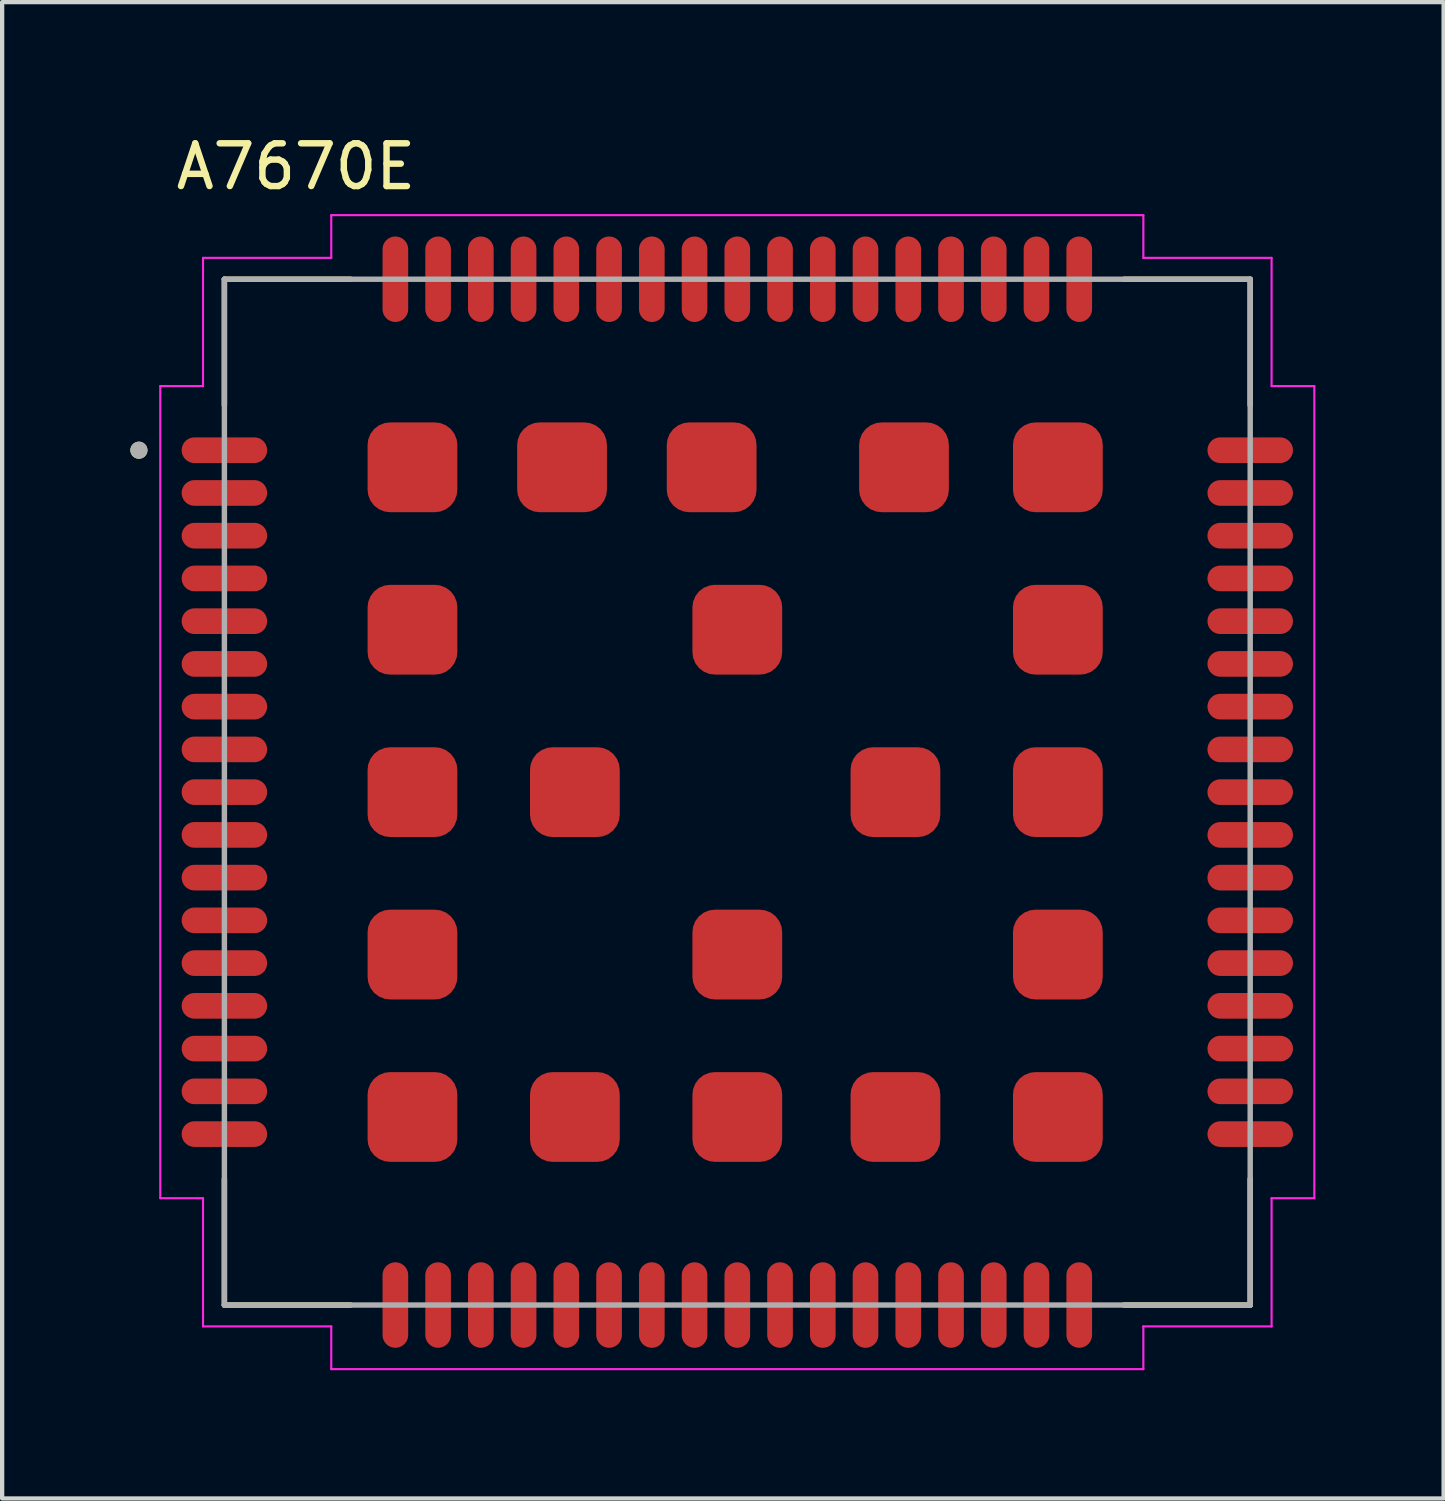
<source format=kicad_pcb>
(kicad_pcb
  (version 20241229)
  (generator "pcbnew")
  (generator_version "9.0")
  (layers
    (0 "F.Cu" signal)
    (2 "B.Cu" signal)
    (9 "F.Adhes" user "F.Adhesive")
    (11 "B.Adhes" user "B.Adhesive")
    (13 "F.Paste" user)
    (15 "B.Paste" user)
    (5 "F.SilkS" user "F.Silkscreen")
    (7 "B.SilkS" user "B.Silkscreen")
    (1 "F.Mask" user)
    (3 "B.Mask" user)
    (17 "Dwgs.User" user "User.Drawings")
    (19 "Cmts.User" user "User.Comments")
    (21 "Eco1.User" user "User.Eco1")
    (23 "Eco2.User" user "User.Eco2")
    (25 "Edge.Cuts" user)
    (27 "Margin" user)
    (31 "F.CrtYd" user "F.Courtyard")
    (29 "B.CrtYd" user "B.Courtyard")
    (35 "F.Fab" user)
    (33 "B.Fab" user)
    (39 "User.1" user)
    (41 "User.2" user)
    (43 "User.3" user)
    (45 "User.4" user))
  (footprint "A7670E"
    (layer "F.Cu")
    (at 14.2 15.483)
    (property "Reference" "A7670E" (at -10.325 -14.635 0) (layer "F.SilkS") (effects (font (size 1 1) (thickness 0.15))))
    (attr smd)
    (fp_line (start -12 -12) (end -9.05 -12) (stroke (width 0.127) (type solid)) (layer "F.SilkS"))
    (fp_line (start -12 -9.05) (end -12 -12) (stroke (width 0.127) (type solid)) (layer "F.SilkS"))
    (fp_line (start -12 9.05) (end -12 12) (stroke (width 0.127) (type solid)) (layer "F.SilkS"))
    (fp_line (start -12 12) (end -9.05 12) (stroke (width 0.127) (type solid)) (layer "F.SilkS"))
    (fp_line (start 9.05 -12) (end 12 -12) (stroke (width 0.127) (type solid)) (layer "F.SilkS"))
    (fp_line (start 12 -12) (end 12 -9.05) (stroke (width 0.127) (type solid)) (layer "F.SilkS"))
    (fp_line (start 12 9.05) (end 12 12) (stroke (width 0.127) (type solid)) (layer "F.SilkS"))
    (fp_line (start 12 12) (end 9.05 12) (stroke (width 0.127) (type solid)) (layer "F.SilkS"))
    (fp_circle (center -14 -8) (end -13.9 -8) (stroke (width 0.2) (type solid)) (fill no) (layer "F.SilkS"))
    (fp_line (start -13.5 -9.5) (end -12.5 -9.5) (stroke (width 0.05) (type solid)) (layer "F.CrtYd"))
    (fp_line (start -13.5 9.5) (end -13.5 -9.5) (stroke (width 0.05) (type solid)) (layer "F.CrtYd"))
    (fp_line (start -12.5 -12.5) (end -9.5 -12.5) (stroke (width 0.05) (type solid)) (layer "F.CrtYd"))
    (fp_line (start -12.5 -9.5) (end -12.5 -12.5) (stroke (width 0.05) (type solid)) (layer "F.CrtYd"))
    (fp_line (start -12.5 9.5) (end -13.5 9.5) (stroke (width 0.05) (type solid)) (layer "F.CrtYd"))
    (fp_line (start -12.5 12.5) (end -12.5 9.5) (stroke (width 0.05) (type solid)) (layer "F.CrtYd"))
    (fp_line (start -9.5 -13.5) (end 9.5 -13.5) (stroke (width 0.05) (type solid)) (layer "F.CrtYd"))
    (fp_line (start -9.5 -12.5) (end -9.5 -13.5) (stroke (width 0.05) (type solid)) (layer "F.CrtYd"))
    (fp_line (start -9.5 12.5) (end -12.5 12.5) (stroke (width 0.05) (type solid)) (layer "F.CrtYd"))
    (fp_line (start -9.5 13.5) (end -9.5 12.5) (stroke (width 0.05) (type solid)) (layer "F.CrtYd"))
    (fp_line (start 9.5 -13.5) (end 9.5 -12.5) (stroke (width 0.05) (type solid)) (layer "F.CrtYd"))
    (fp_line (start 9.5 -12.5) (end 12.5 -12.5) (stroke (width 0.05) (type solid)) (layer "F.CrtYd"))
    (fp_line (start 9.5 12.5) (end 9.5 13.5) (stroke (width 0.05) (type solid)) (layer "F.CrtYd"))
    (fp_line (start 9.5 13.5) (end -9.5 13.5) (stroke (width 0.05) (type solid)) (layer "F.CrtYd"))
    (fp_line (start 12.5 -12.5) (end 12.5 -9.5) (stroke (width 0.05) (type solid)) (layer "F.CrtYd"))
    (fp_line (start 12.5 -9.5) (end 13.5 -9.5) (stroke (width 0.05) (type solid)) (layer "F.CrtYd"))
    (fp_line (start 12.5 9.5) (end 12.5 12.5) (stroke (width 0.05) (type solid)) (layer "F.CrtYd"))
    (fp_line (start 12.5 12.5) (end 9.5 12.5) (stroke (width 0.05) (type solid)) (layer "F.CrtYd"))
    (fp_line (start 13.5 -9.5) (end 13.5 9.5) (stroke (width 0.05) (type solid)) (layer "F.CrtYd"))
    (fp_line (start 13.5 9.5) (end 12.5 9.5) (stroke (width 0.05) (type solid)) (layer "F.CrtYd"))
    (fp_line (start -12 -12) (end 12 -12) (stroke (width 0.127) (type solid)) (layer "F.Fab"))
    (fp_line (start -12 12) (end -12 -12) (stroke (width 0.127) (type solid)) (layer "F.Fab"))
    (fp_line (start 12 -12) (end 12 12) (stroke (width 0.127) (type solid)) (layer "F.Fab"))
    (fp_line (start 12 12) (end -12 12) (stroke (width 0.127) (type solid)) (layer "F.Fab"))
    (fp_circle (center -14 -8) (end -13.9 -8) (stroke (width 0.2) (type solid)) (fill no) (layer "F.Fab"))
    (pad "1" smd oval (at -12 -8) (size 2 0.6) (layers "F.Cu" "F.Mask" "F.Paste"))
    (pad "2" smd oval (at -12 -7) (size 2 0.6) (layers "F.Cu" "F.Mask" "F.Paste"))
    (pad "3" smd oval (at -12 -6) (size 2 0.6) (layers "F.Cu" "F.Mask" "F.Paste"))
    (pad "4" smd oval (at -12 -5) (size 2 0.6) (layers "F.Cu" "F.Mask" "F.Paste"))
    (pad "5" smd oval (at -12 -4) (size 2 0.6) (layers "F.Cu" "F.Mask" "F.Paste"))
    (pad "6" smd oval (at -12 -3) (size 2 0.6) (layers "F.Cu" "F.Mask" "F.Paste"))
    (pad "7" smd oval (at -12 -2) (size 2 0.6) (layers "F.Cu" "F.Mask" "F.Paste"))
    (pad "8" smd oval (at -12 -1) (size 2 0.6) (layers "F.Cu" "F.Mask" "F.Paste"))
    (pad "9" smd oval (at -12 0) (size 2 0.6) (layers "F.Cu" "F.Mask" "F.Paste"))
    (pad "10" smd oval (at -12 1) (size 2 0.6) (layers "F.Cu" "F.Mask" "F.Paste"))
    (pad "11" smd oval (at -12 2) (size 2 0.6) (layers "F.Cu" "F.Mask" "F.Paste"))
    (pad "12" smd oval (at -12 3) (size 2 0.6) (layers "F.Cu" "F.Mask" "F.Paste"))
    (pad "13" smd oval (at -12 4) (size 2 0.6) (layers "F.Cu" "F.Mask" "F.Paste"))
    (pad "14" smd oval (at -12 5) (size 2 0.6) (layers "F.Cu" "F.Mask" "F.Paste"))
    (pad "15" smd oval (at -12 6) (size 2 0.6) (layers "F.Cu" "F.Mask" "F.Paste"))
    (pad "16" smd oval (at -12 7) (size 2 0.6) (layers "F.Cu" "F.Mask" "F.Paste"))
    (pad "17" smd oval (at -12 8) (size 2 0.6) (layers "F.Cu" "F.Mask" "F.Paste"))
    (pad "18" smd oval (at -8 12) (size 0.6 2) (layers "F.Cu" "F.Mask" "F.Paste"))
    (pad "19" smd oval (at -7 12) (size 0.6 2) (layers "F.Cu" "F.Mask" "F.Paste"))
    (pad "20" smd oval (at -6 12) (size 0.6 2) (layers "F.Cu" "F.Mask" "F.Paste"))
    (pad "21" smd oval (at -5 12) (size 0.6 2) (layers "F.Cu" "F.Mask" "F.Paste"))
    (pad "22" smd oval (at -4 12) (size 0.6 2) (layers "F.Cu" "F.Mask" "F.Paste"))
    (pad "23" smd oval (at -3 12) (size 0.6 2) (layers "F.Cu" "F.Mask" "F.Paste"))
    (pad "24" smd oval (at -2 12) (size 0.6 2) (layers "F.Cu" "F.Mask" "F.Paste"))
    (pad "25" smd oval (at -1 12) (size 0.6 2) (layers "F.Cu" "F.Mask" "F.Paste"))
    (pad "26" smd oval (at 0 12) (size 0.6 2) (layers "F.Cu" "F.Mask" "F.Paste"))
    (pad "27" smd oval (at 1 12) (size 0.6 2) (layers "F.Cu" "F.Mask" "F.Paste"))
    (pad "28" smd oval (at 2 12) (size 0.6 2) (layers "F.Cu" "F.Mask" "F.Paste"))
    (pad "29" smd oval (at 3 12) (size 0.6 2) (layers "F.Cu" "F.Mask" "F.Paste"))
    (pad "30" smd oval (at 4 12) (size 0.6 2) (layers "F.Cu" "F.Mask" "F.Paste"))
    (pad "31" smd oval (at 5 12) (size 0.6 2) (layers "F.Cu" "F.Mask" "F.Paste"))
    (pad "32" smd oval (at 6 12) (size 0.6 2) (layers "F.Cu" "F.Mask" "F.Paste"))
    (pad "33" smd oval (at 7 12) (size 0.6 2) (layers "F.Cu" "F.Mask" "F.Paste"))
    (pad "34" smd oval (at 8 12) (size 0.6 2) (layers "F.Cu" "F.Mask" "F.Paste"))
    (pad "35" smd oval (at 12 8) (size 2 0.6) (layers "F.Cu" "F.Mask" "F.Paste"))
    (pad "36" smd oval (at 12 7) (size 2 0.6) (layers "F.Cu" "F.Mask" "F.Paste"))
    (pad "37" smd oval (at 12 6) (size 2 0.6) (layers "F.Cu" "F.Mask" "F.Paste"))
    (pad "38" smd oval (at 12 5) (size 2 0.6) (layers "F.Cu" "F.Mask" "F.Paste"))
    (pad "39" smd oval (at 12 4) (size 2 0.6) (layers "F.Cu" "F.Mask" "F.Paste"))
    (pad "40" smd oval (at 12 3) (size 2 0.6) (layers "F.Cu" "F.Mask" "F.Paste"))
    (pad "41" smd oval (at 12 2) (size 2 0.6) (layers "F.Cu" "F.Mask" "F.Paste"))
    (pad "42" smd oval (at 12 1) (size 2 0.6) (layers "F.Cu" "F.Mask" "F.Paste"))
    (pad "43" smd oval (at 12 0) (size 2 0.6) (layers "F.Cu" "F.Mask" "F.Paste"))
    (pad "44" smd oval (at 12 -1) (size 2 0.6) (layers "F.Cu" "F.Mask" "F.Paste"))
    (pad "45" smd oval (at 12 -2) (size 2 0.6) (layers "F.Cu" "F.Mask" "F.Paste"))
    (pad "46" smd oval (at 12 -3) (size 2 0.6) (layers "F.Cu" "F.Mask" "F.Paste"))
    (pad "47" smd oval (at 12 -4) (size 2 0.6) (layers "F.Cu" "F.Mask" "F.Paste"))
    (pad "48" smd oval (at 12 -5) (size 2 0.6) (layers "F.Cu" "F.Mask" "F.Paste"))
    (pad "49" smd oval (at 12 -6) (size 2 0.6) (layers "F.Cu" "F.Mask" "F.Paste"))
    (pad "50" smd oval (at 12 -7) (size 2 0.6) (layers "F.Cu" "F.Mask" "F.Paste"))
    (pad "51" smd oval (at 12 -8) (size 2 0.6) (layers "F.Cu" "F.Mask" "F.Paste"))
    (pad "52" smd oval (at 8 -12) (size 0.6 2) (layers "F.Cu" "F.Mask" "F.Paste"))
    (pad "53" smd oval (at 7 -12) (size 0.6 2) (layers "F.Cu" "F.Mask" "F.Paste"))
    (pad "54" smd oval (at 6 -12) (size 0.6 2) (layers "F.Cu" "F.Mask" "F.Paste"))
    (pad "55" smd oval (at 5 -12) (size 0.6 2) (layers "F.Cu" "F.Mask" "F.Paste"))
    (pad "56" smd oval (at 4 -12) (size 0.6 2) (layers "F.Cu" "F.Mask" "F.Paste"))
    (pad "57" smd oval (at 3 -12) (size 0.6 2) (layers "F.Cu" "F.Mask" "F.Paste"))
    (pad "58" smd oval (at 2 -12) (size 0.6 2) (layers "F.Cu" "F.Mask" "F.Paste"))
    (pad "59" smd oval (at 1 -12) (size 0.6 2) (layers "F.Cu" "F.Mask" "F.Paste"))
    (pad "60" smd oval (at 0 -12) (size 0.6 2) (layers "F.Cu" "F.Mask" "F.Paste"))
    (pad "61" smd oval (at -1 -12) (size 0.6 2) (layers "F.Cu" "F.Mask" "F.Paste"))
    (pad "62" smd oval (at -2 -12) (size 0.6 2) (layers "F.Cu" "F.Mask" "F.Paste"))
    (pad "63" smd oval (at -3 -12) (size 0.6 2) (layers "F.Cu" "F.Mask" "F.Paste"))
    (pad "64" smd oval (at -4 -12) (size 0.6 2) (layers "F.Cu" "F.Mask" "F.Paste"))
    (pad "65" smd oval (at -5 -12) (size 0.6 2) (layers "F.Cu" "F.Mask" "F.Paste"))
    (pad "66" smd oval (at -6 -12) (size 0.6 2) (layers "F.Cu" "F.Mask" "F.Paste"))
    (pad "67" smd oval (at -7 -12) (size 0.6 2) (layers "F.Cu" "F.Mask" "F.Paste"))
    (pad "68" smd oval (at -8 -12) (size 0.6 2) (layers "F.Cu" "F.Mask" "F.Paste"))
    (pad "69" smd roundrect (at -7.6 -7.6) (size 2.1 2.1) (layers "F.Cu" "F.Mask" "F.Paste") (roundrect_rratio 0.25))
    (pad "70" smd roundrect (at -7.6 -3.8) (size 2.1 2.1) (layers "F.Cu" "F.Mask" "F.Paste") (roundrect_rratio 0.25))
    (pad "71" smd roundrect (at -7.6 0) (size 2.1 2.1) (layers "F.Cu" "F.Mask" "F.Paste") (roundrect_rratio 0.25))
    (pad "72" smd roundrect (at -7.6 3.8) (size 2.1 2.1) (layers "F.Cu" "F.Mask" "F.Paste" "Eco1.User") (roundrect_rratio 0.25))
    (pad "73" smd roundrect (at -7.6 7.6) (size 2.1 2.1) (layers "F.Cu" "F.Mask" "F.Paste") (roundrect_rratio 0.25))
    (pad "74" smd roundrect (at -3.8 7.6) (size 2.1 2.1) (layers "F.Cu" "F.Mask" "F.Paste") (roundrect_rratio 0.25))
    (pad "75" smd roundrect (at 0 7.6) (size 2.1 2.1) (layers "F.Cu" "F.Mask" "F.Paste") (roundrect_rratio 0.25))
    (pad "76" smd roundrect (at 3.7 7.6) (size 2.1 2.1) (layers "F.Cu" "F.Mask" "F.Paste") (roundrect_rratio 0.25))
    (pad "77" smd roundrect (at 7.5 7.6) (size 2.1 2.1) (layers "F.Cu" "F.Mask" "F.Paste") (roundrect_rratio 0.25))
    (pad "78" smd roundrect (at 7.5 3.8) (size 2.1 2.1) (layers "F.Cu" "F.Mask" "F.Paste") (roundrect_rratio 0.25))
    (pad "79" smd roundrect (at 7.5 0) (size 2.1 2.1) (layers "F.Cu" "F.Mask" "F.Paste") (roundrect_rratio 0.25))
    (pad "80" smd roundrect (at 7.5 -3.8) (size 2.1 2.1) (layers "F.Cu" "F.Mask" "F.Paste") (roundrect_rratio 0.25))
    (pad "81" smd roundrect (at 7.5 -7.6) (size 2.1 2.1) (layers "F.Cu" "F.Mask" "F.Paste") (roundrect_rratio 0.25))
    (pad "82" smd roundrect (at 3.9 -7.6) (size 2.1 2.1) (layers "F.Cu" "F.Mask" "F.Paste") (roundrect_rratio 0.25))
    (pad "83" smd roundrect (at -0.6 -7.6) (size 2.1 2.1) (layers "F.Cu" "F.Mask" "F.Paste") (roundrect_rratio 0.25))
    (pad "84" smd roundrect (at -4.1 -7.6) (size 2.1 2.1) (layers "F.Cu" "F.Mask" "F.Paste") (roundrect_rratio 0.25))
    (pad "85" smd roundrect (at -3.8 0) (size 2.1 2.1) (layers "F.Cu" "F.Mask" "F.Paste") (roundrect_rratio 0.25))
    (pad "86" smd roundrect (at 0 3.8) (size 2.1 2.1) (layers "F.Cu" "F.Mask" "F.Paste") (roundrect_rratio 0.25))
    (pad "87" smd roundrect (at 3.7 0) (size 2.1 2.1) (layers "F.Cu" "F.Mask" "F.Paste") (roundrect_rratio 0.25))
    (pad "88" smd roundrect (at 0 -3.8) (size 2.1 2.1) (layers "F.Cu" "F.Mask" "F.Paste") (roundrect_rratio 0.25))
    (zone (net_name "") (layer "F.Cu") (hatch full 0.508) (connect_pads) (min_thickness 0.01) (filled_areas_thickness no) (keepout (tracks not_allowed) (vias not_allowed) (pads not_allowed) (copperpour not_allowed) (footprints allowed)) (placement (enabled no)) (fill) (polygon (pts (xy 3.3 6.283) (xy 5.7 6.283) (xy 5.7 8.683) (xy 3.3 8.683))))
    (zone (net_name "") (layer "F.Cu") (hatch full 0.508) (connect_pads) (min_thickness 0.01) (filled_areas_thickness no) (keepout (tracks not_allowed) (vias not_allowed) (pads not_allowed) (copperpour not_allowed) (footprints allowed)) (placement (enabled no)) (fill) (polygon (pts (xy 15.5 17.383) (xy 17.9 17.383) (xy 17.9 19.783) (xy 15.5 19.783))))
    (zone (net_name "") (layers "F.Cu" "B.Cu") (hatch full 0.508) (connect_pads) (min_thickness 0.01) (filled_areas_thickness no) (keepout (tracks allowed) (vias not_allowed) (pads allowed) (copperpour allowed) (footprints allowed)) (placement (enabled no)) (fill) (polygon (pts (xy 3.3 6.283) (xy 5.7 6.283) (xy 5.7 8.683) (xy 3.3 8.683))))
    (zone (net_name "") (layers "F.Cu" "B.Cu") (hatch full 0.508) (connect_pads) (min_thickness 0.01) (filled_areas_thickness no) (keepout (tracks allowed) (vias not_allowed) (pads allowed) (copperpour allowed) (footprints allowed)) (placement (enabled no)) (fill) (polygon (pts (xy 15.5 17.383) (xy 17.9 17.383) (xy 17.9 19.783) (xy 15.5 19.783)))))
  (gr_rect
    (start -3 -3)
    (end 30.725 32.008)
    (stroke (width 0.1) (type default))
    (fill no)
    (layer "Edge.Cuts")))
</source>
